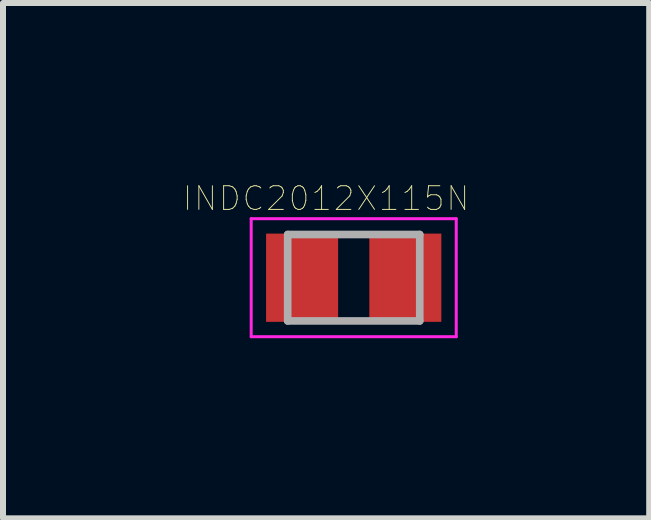
<source format=kicad_pcb>
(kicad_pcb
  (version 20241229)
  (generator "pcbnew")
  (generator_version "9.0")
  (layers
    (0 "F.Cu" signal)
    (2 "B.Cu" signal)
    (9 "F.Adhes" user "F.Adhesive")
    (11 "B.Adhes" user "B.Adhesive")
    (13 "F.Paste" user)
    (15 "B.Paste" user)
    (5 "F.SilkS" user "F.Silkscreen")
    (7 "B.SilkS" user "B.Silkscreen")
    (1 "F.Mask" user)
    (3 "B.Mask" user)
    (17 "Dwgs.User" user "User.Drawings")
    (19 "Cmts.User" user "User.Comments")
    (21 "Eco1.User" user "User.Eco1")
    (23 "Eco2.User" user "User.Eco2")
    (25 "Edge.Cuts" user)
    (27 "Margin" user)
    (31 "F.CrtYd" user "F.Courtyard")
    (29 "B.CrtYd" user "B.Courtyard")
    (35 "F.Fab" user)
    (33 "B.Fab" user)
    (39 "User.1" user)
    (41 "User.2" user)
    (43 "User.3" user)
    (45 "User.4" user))
  (footprint "INDC2012X115N"
    (layer "F.Cu")
    (at 2.843 1.577)
    (property "Reference" "INDC2012X115N" (at -0.46 -1.32 0) (layer "F.SilkS") (effects (font (size 0.394 0.394) (thickness 0.015))))
    (attr through_hole)
    (fp_line (start -1.708 -0.983) (end 1.708 -0.983) (stroke (width 0.05) (type solid)) (layer "F.CrtYd"))
    (fp_line (start -1.708 0.983) (end -1.708 -0.983) (stroke (width 0.05) (type solid)) (layer "F.CrtYd"))
    (fp_line (start -1.708 0.983) (end 1.708 0.983) (stroke (width 0.05) (type solid)) (layer "F.CrtYd"))
    (fp_line (start 1.708 0.983) (end 1.708 -0.983) (stroke (width 0.05) (type solid)) (layer "F.CrtYd"))
    (fp_line (start -1.1 0.72) (end -1.1 -0.72) (stroke (width 0.127) (type solid)) (layer "F.Fab"))
    (fp_line (start 1.1 -0.72) (end -1.1 -0.72) (stroke (width 0.127) (type solid)) (layer "F.Fab"))
    (fp_line (start 1.1 0.72) (end -1.1 0.72) (stroke (width 0.127) (type solid)) (layer "F.Fab"))
    (fp_line (start 1.1 0.72) (end 1.1 -0.72) (stroke (width 0.127) (type solid)) (layer "F.Fab"))
    (pad "1" smd rect (at -0.86 0) (size 1.2 1.47) (layers "F.Cu" "F.Mask" "F.Paste"))
    (pad "2" smd rect (at 0.86 0) (size 1.2 1.47) (layers "F.Cu" "F.Mask" "F.Paste")))
  (gr_rect
    (start -3 -3)
    (end 7.766 5.585)
    (stroke (width 0.1) (type default))
    (fill no)
    (layer "Edge.Cuts")))
</source>
